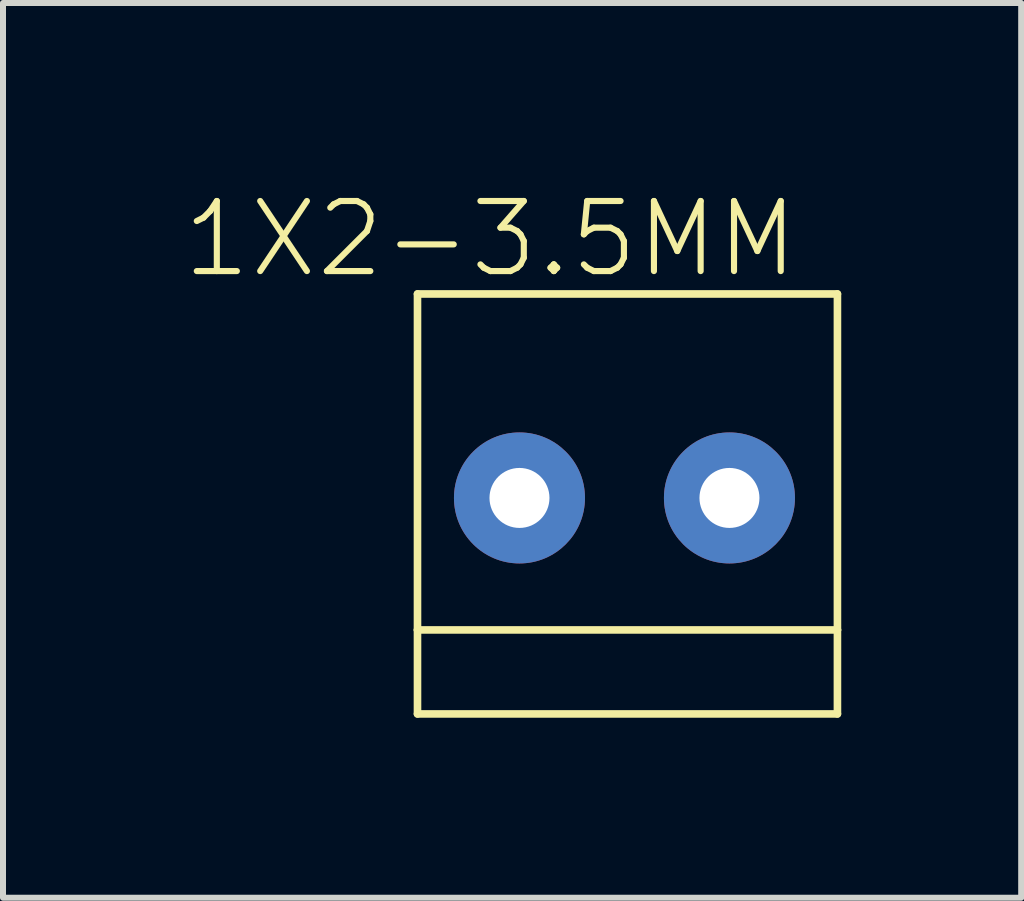
<source format=kicad_pcb>
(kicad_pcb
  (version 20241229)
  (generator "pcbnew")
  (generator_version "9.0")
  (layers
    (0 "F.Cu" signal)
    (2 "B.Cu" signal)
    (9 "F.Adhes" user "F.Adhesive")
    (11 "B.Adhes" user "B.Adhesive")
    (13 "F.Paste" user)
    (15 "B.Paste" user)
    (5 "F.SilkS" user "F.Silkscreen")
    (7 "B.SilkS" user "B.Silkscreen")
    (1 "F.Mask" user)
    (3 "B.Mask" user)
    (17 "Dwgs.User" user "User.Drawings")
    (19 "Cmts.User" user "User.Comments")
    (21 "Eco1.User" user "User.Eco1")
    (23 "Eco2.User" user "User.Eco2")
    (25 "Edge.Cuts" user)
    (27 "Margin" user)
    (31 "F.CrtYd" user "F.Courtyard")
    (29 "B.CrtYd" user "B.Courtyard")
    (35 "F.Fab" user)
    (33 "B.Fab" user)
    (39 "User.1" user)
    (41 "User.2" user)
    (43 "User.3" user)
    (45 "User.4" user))
  (footprint "1X2-3.5MM"
    (layer "F.Cu")
    (at 7.309 5.25)
    (property "Reference" "1X2-3.5MM" (at 3 -5 0) (layer "F.SilkS") (effects (font (size 1.168 1.168) (thickness 0.102)) (justify right top)))
    (fp_line (start -3.4 -3.4) (end -3.4 2.2) (stroke (width 0.127) (type solid)) (layer "F.SilkS"))
    (fp_line (start -3.4 2.2) (end -3.4 3.6) (stroke (width 0.127) (type solid)) (layer "F.SilkS"))
    (fp_line (start -3.4 2.2) (end 3.6 2.2) (stroke (width 0.127) (type solid)) (layer "F.SilkS"))
    (fp_line (start -3.4 3.6) (end 3.6 3.6) (stroke (width 0.127) (type solid)) (layer "F.SilkS"))
    (fp_line (start 3.6 -3.4) (end -3.4 -3.4) (stroke (width 0.127) (type solid)) (layer "F.SilkS"))
    (fp_line (start 3.6 2.2) (end 3.6 -3.4) (stroke (width 0.127) (type solid)) (layer "F.SilkS"))
    (fp_line (start 3.6 3.6) (end 3.6 2.2) (stroke (width 0.127) (type solid)) (layer "F.SilkS"))
    (pad "1" thru_hole circle (at 1.8 0) (size 2.184 2.184) (drill 1) (layers "*.Cu" "*.Mask"))
    (pad "2" thru_hole circle (at -1.7 0) (size 2.184 2.184) (drill 1) (layers "*.Cu" "*.Mask")))
  (gr_rect
    (start -3 -3)
    (end 13.972 11.914)
    (stroke (width 0.1) (type default))
    (fill no)
    (layer "Edge.Cuts")))
</source>
